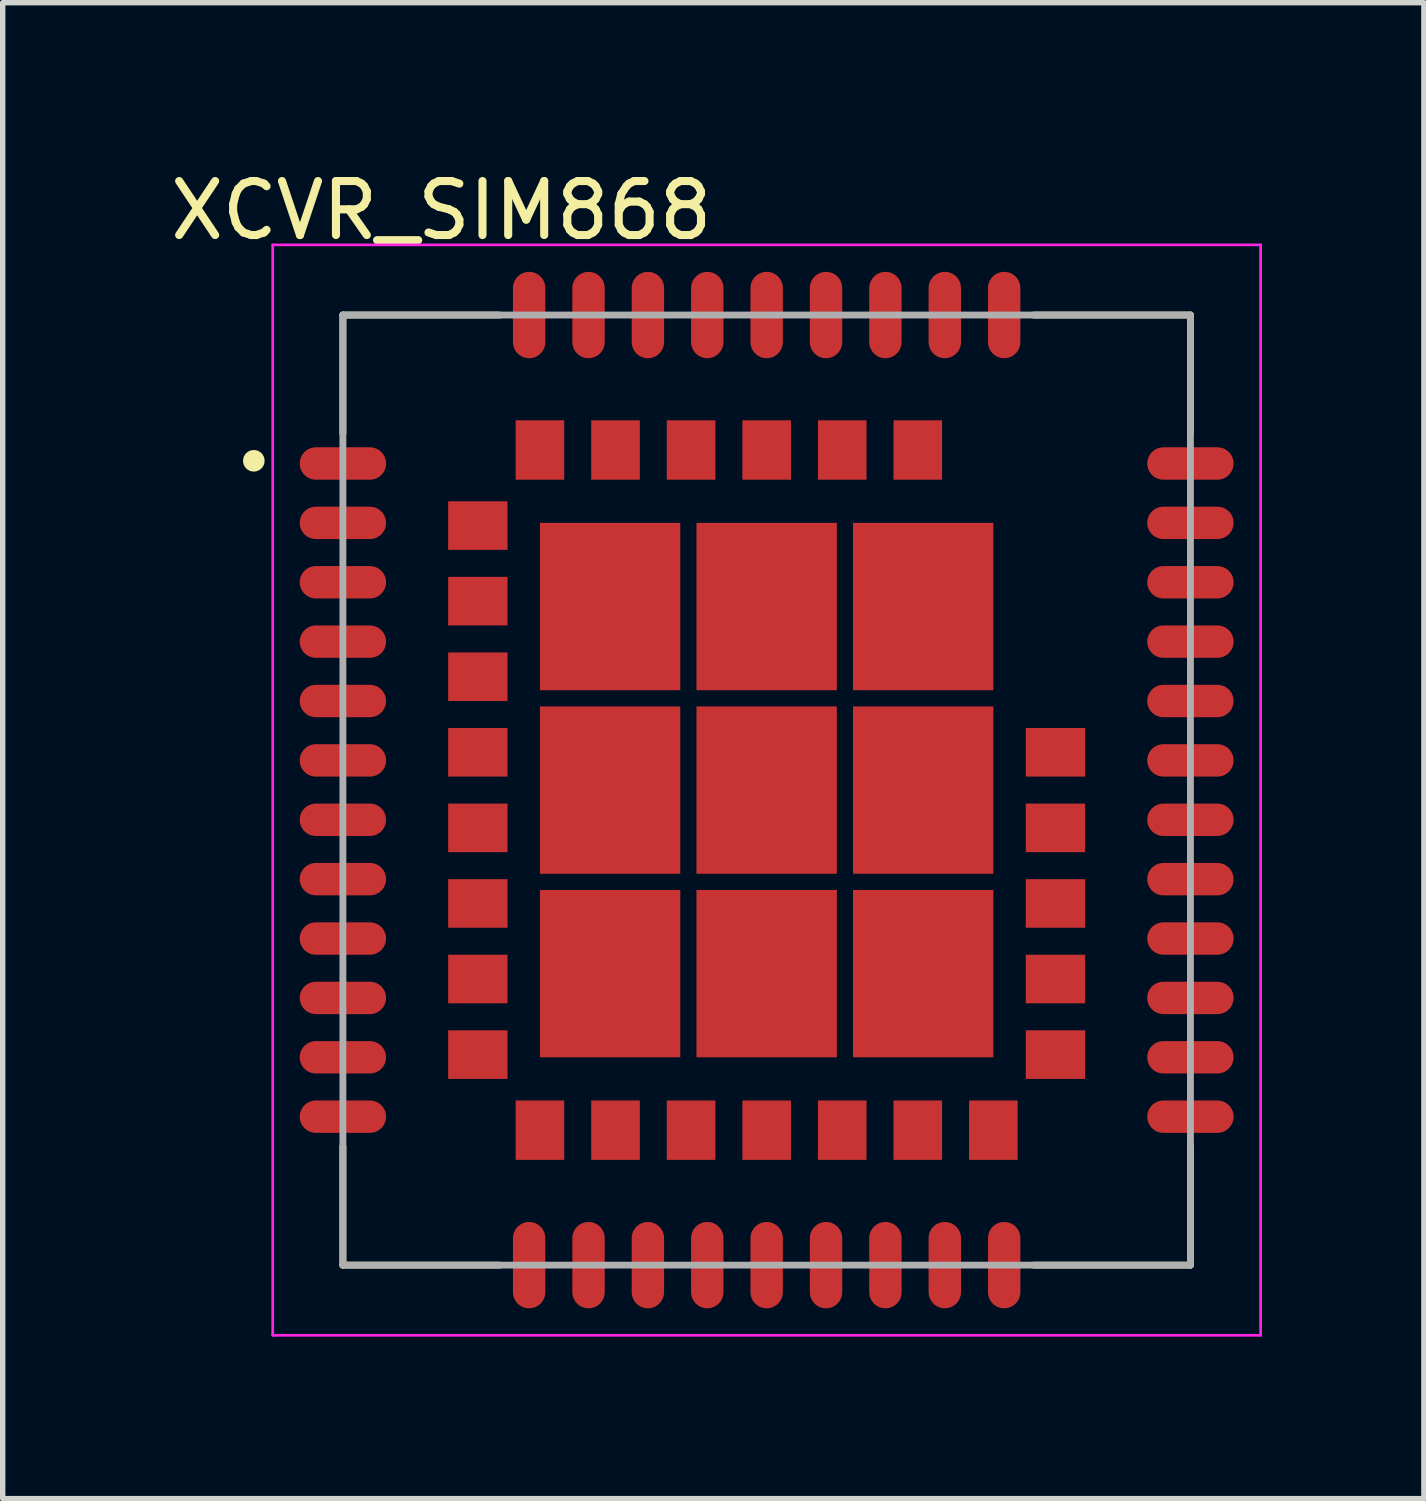
<source format=kicad_pcb>
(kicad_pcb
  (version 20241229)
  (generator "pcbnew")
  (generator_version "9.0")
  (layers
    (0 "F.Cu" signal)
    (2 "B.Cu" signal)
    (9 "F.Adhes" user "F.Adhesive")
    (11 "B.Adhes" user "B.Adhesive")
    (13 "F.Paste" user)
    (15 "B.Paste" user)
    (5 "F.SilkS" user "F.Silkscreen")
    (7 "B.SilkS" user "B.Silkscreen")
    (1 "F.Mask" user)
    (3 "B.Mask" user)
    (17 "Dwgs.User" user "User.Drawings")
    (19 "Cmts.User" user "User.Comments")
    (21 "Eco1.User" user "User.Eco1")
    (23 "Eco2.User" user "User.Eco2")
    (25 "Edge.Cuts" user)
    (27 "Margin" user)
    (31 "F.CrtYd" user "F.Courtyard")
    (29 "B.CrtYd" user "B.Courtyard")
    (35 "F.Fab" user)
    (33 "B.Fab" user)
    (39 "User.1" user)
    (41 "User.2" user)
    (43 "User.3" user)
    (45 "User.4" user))
  (footprint "XCVR_SIM868"
    (layer "F.Cu")
    (at 11.152 11.586)
    (property "Reference" "XCVR_SIM868" (at -6.026 -10.737 0) (layer "F.SilkS") (effects (font (size 1 1) (thickness 0.15))))
    (attr through_hole)
    (fp_line (start -7.85 -8.8) (end -4.95 -8.8) (stroke (width 0.127) (type solid)) (layer "F.SilkS"))
    (fp_line (start -7.85 -6.6) (end -7.85 -8.8) (stroke (width 0.127) (type solid)) (layer "F.SilkS"))
    (fp_line (start -7.85 6.6) (end -7.85 8.8) (stroke (width 0.127) (type solid)) (layer "F.SilkS"))
    (fp_line (start -7.85 8.8) (end -4.95 8.8) (stroke (width 0.127) (type solid)) (layer "F.SilkS"))
    (fp_line (start 4.95 -8.8) (end 7.85 -8.8) (stroke (width 0.127) (type solid)) (layer "F.SilkS"))
    (fp_line (start 4.95 8.8) (end 7.85 8.8) (stroke (width 0.127) (type solid)) (layer "F.SilkS"))
    (fp_line (start 7.85 -8.8) (end 7.85 -6.6) (stroke (width 0.127) (type solid)) (layer "F.SilkS"))
    (fp_line (start 7.85 8.8) (end 7.85 6.6) (stroke (width 0.127) (type solid)) (layer "F.SilkS"))
    (fp_circle (center -9.5 -6.1) (end -9.4 -6.1) (stroke (width 0.2) (type solid)) (fill no) (layer "F.SilkS"))
    (fp_poly (pts (xy -5.776 -3.515) (xy -5.465 -3.515) (xy -5.465 -3.091) (xy -5.776 -3.091)) (stroke (width 0.01) (type solid)) (fill yes) (layer "F.Paste"))
    (fp_poly (pts (xy -5.775 -2.515) (xy -5.465 -2.515) (xy -5.465 -2.089) (xy -5.775 -2.089)) (stroke (width 0.01) (type solid)) (fill yes) (layer "F.Paste"))
    (fp_poly (pts (xy -5.775 -5.315) (xy -5.465 -5.315) (xy -5.465 -4.894) (xy -5.775 -4.894)) (stroke (width 0.01) (type solid)) (fill yes) (layer "F.Paste"))
    (fp_poly (pts (xy -5.775 -3.915) (xy -5.465 -3.915) (xy -5.465 -3.491) (xy -5.775 -3.491)) (stroke (width 0.01) (type solid)) (fill yes) (layer "F.Paste"))
    (fp_poly (pts (xy -5.774 -4.915) (xy -5.465 -4.915) (xy -5.465 -4.492) (xy -5.774 -4.492)) (stroke (width 0.01) (type solid)) (fill yes) (layer "F.Paste"))
    (fp_poly (pts (xy -5.774 -0.715) (xy -5.465 -0.715) (xy -5.465 -0.285) (xy -5.774 -0.285)) (stroke (width 0.01) (type solid)) (fill yes) (layer "F.Paste"))
    (fp_poly (pts (xy -5.773 4.885) (xy -5.465 4.885) (xy -5.465 5.322) (xy -5.773 5.322)) (stroke (width 0.01) (type solid)) (fill yes) (layer "F.Paste"))
    (fp_poly (pts (xy -5.77 4.485) (xy -5.465 4.485) (xy -5.465 4.919) (xy -5.77 4.919)) (stroke (width 0.01) (type solid)) (fill yes) (layer "F.Paste"))
    (fp_poly (pts (xy -5.769 3.085) (xy -5.465 3.085) (xy -5.465 3.517) (xy -5.769 3.517)) (stroke (width 0.01) (type solid)) (fill yes) (layer "F.Paste"))
    (fp_poly (pts (xy -5.768 2.085) (xy -5.465 2.085) (xy -5.465 2.516) (xy -5.768 2.516)) (stroke (width 0.01) (type solid)) (fill yes) (layer "F.Paste"))
    (fp_poly (pts (xy -5.768 0.685) (xy -5.465 0.685) (xy -5.465 1.116) (xy -5.768 1.116)) (stroke (width 0.01) (type solid)) (fill yes) (layer "F.Paste"))
    (fp_poly (pts (xy -5.768 3.485) (xy -5.465 3.485) (xy -5.465 3.917) (xy -5.768 3.917)) (stroke (width 0.01) (type solid)) (fill yes) (layer "F.Paste"))
    (fp_poly (pts (xy -5.767 -2.115) (xy -5.465 -2.115) (xy -5.465 -1.686) (xy -5.767 -1.686)) (stroke (width 0.01) (type solid)) (fill yes) (layer "F.Paste"))
    (fp_poly (pts (xy -5.766 1.685) (xy -5.465 1.685) (xy -5.465 2.115) (xy -5.766 2.115)) (stroke (width 0.01) (type solid)) (fill yes) (layer "F.Paste"))
    (fp_poly (pts (xy -5.766 0.285) (xy -5.465 0.285) (xy -5.465 0.715) (xy -5.766 0.715)) (stroke (width 0.01) (type solid)) (fill yes) (layer "F.Paste"))
    (fp_poly (pts (xy -5.766 -1.115) (xy -5.465 -1.115) (xy -5.465 -0.685) (xy -5.766 -0.685)) (stroke (width 0.01) (type solid)) (fill yes) (layer "F.Paste"))
    (fp_poly (pts (xy -5.244 -4.915) (xy -4.935 -4.915) (xy -4.935 -4.493) (xy -5.244 -4.493)) (stroke (width 0.01) (type solid)) (fill yes) (layer "F.Paste"))
    (fp_poly (pts (xy -5.244 0.285) (xy -4.935 0.285) (xy -4.935 0.716) (xy -5.244 0.716)) (stroke (width 0.01) (type solid)) (fill yes) (layer "F.Paste"))
    (fp_poly (pts (xy -5.244 4.885) (xy -4.935 4.885) (xy -4.935 5.324) (xy -5.244 5.324)) (stroke (width 0.01) (type solid)) (fill yes) (layer "F.Paste"))
    (fp_poly (pts (xy -5.244 -3.915) (xy -4.935 -3.915) (xy -4.935 -3.491) (xy -5.244 -3.491)) (stroke (width 0.01) (type solid)) (fill yes) (layer "F.Paste"))
    (fp_poly (pts (xy -5.244 1.685) (xy -4.935 1.685) (xy -4.935 2.119) (xy -5.244 2.119)) (stroke (width 0.01) (type solid)) (fill yes) (layer "F.Paste"))
    (fp_poly (pts (xy -5.243 0.685) (xy -4.935 0.685) (xy -4.935 1.117) (xy -5.243 1.117)) (stroke (width 0.01) (type solid)) (fill yes) (layer "F.Paste"))
    (fp_poly (pts (xy -5.241 -3.515) (xy -4.935 -3.515) (xy -4.935 -3.089) (xy -5.241 -3.089)) (stroke (width 0.01) (type solid)) (fill yes) (layer "F.Paste"))
    (fp_poly (pts (xy -5.241 2.085) (xy -4.935 2.085) (xy -4.935 2.518) (xy -5.241 2.518)) (stroke (width 0.01) (type solid)) (fill yes) (layer "F.Paste"))
    (fp_poly (pts (xy -5.241 4.485) (xy -4.935 4.485) (xy -4.935 4.92) (xy -5.241 4.92)) (stroke (width 0.01) (type solid)) (fill yes) (layer "F.Paste"))
    (fp_poly (pts (xy -5.241 -1.115) (xy -4.935 -1.115) (xy -4.935 -0.686) (xy -5.241 -0.686)) (stroke (width 0.01) (type solid)) (fill yes) (layer "F.Paste"))
    (fp_poly (pts (xy -5.24 3.085) (xy -4.935 3.085) (xy -4.935 3.519) (xy -5.24 3.519)) (stroke (width 0.01) (type solid)) (fill yes) (layer "F.Paste"))
    (fp_poly (pts (xy -5.239 -5.315) (xy -4.935 -5.315) (xy -4.935 -4.889) (xy -5.239 -4.889)) (stroke (width 0.01) (type solid)) (fill yes) (layer "F.Paste"))
    (fp_poly (pts (xy -5.239 -2.115) (xy -4.935 -2.115) (xy -4.935 -1.686) (xy -5.239 -1.686)) (stroke (width 0.01) (type solid)) (fill yes) (layer "F.Paste"))
    (fp_poly (pts (xy -5.238 -2.515) (xy -4.935 -2.515) (xy -4.935 -2.086) (xy -5.238 -2.086)) (stroke (width 0.01) (type solid)) (fill yes) (layer "F.Paste"))
    (fp_poly (pts (xy -5.237 -0.715) (xy -4.935 -0.715) (xy -4.935 -0.285) (xy -5.237 -0.285)) (stroke (width 0.01) (type solid)) (fill yes) (layer "F.Paste"))
    (fp_poly (pts (xy -5.237 3.485) (xy -4.935 3.485) (xy -4.935 3.917) (xy -5.237 3.917)) (stroke (width 0.01) (type solid)) (fill yes) (layer "F.Paste"))
    (fp_poly (pts (xy -4.555 -6.25) (xy -4.25 -6.25) (xy -4.25 -5.827) (xy -4.555 -5.827)) (stroke (width 0.01) (type solid)) (fill yes) (layer "F.Paste"))
    (fp_poly (pts (xy -4.554 5.82) (xy -4.25 5.82) (xy -4.25 6.256) (xy -4.554 6.256)) (stroke (width 0.01) (type solid)) (fill yes) (layer "F.Paste"))
    (fp_poly (pts (xy -4.554 6.35) (xy -4.25 6.35) (xy -4.25 6.786) (xy -4.554 6.786)) (stroke (width 0.01) (type solid)) (fill yes) (layer "F.Paste"))
    (fp_poly (pts (xy -4.554 -6.78) (xy -4.25 -6.78) (xy -4.25 -6.356) (xy -4.554 -6.356)) (stroke (width 0.01) (type solid)) (fill yes) (layer "F.Paste"))
    (fp_poly (pts (xy -4.156 5.82) (xy -3.85 5.82) (xy -3.85 6.26) (xy -4.156 6.26)) (stroke (width 0.01) (type solid)) (fill yes) (layer "F.Paste"))
    (fp_poly (pts (xy -4.155 -6.25) (xy -3.85 -6.25) (xy -3.85 -5.827) (xy -4.155 -5.827)) (stroke (width 0.01) (type solid)) (fill yes) (layer "F.Paste"))
    (fp_poly (pts (xy -4.153 -6.78) (xy -3.85 -6.78) (xy -3.85 -6.355) (xy -4.153 -6.355)) (stroke (width 0.01) (type solid)) (fill yes) (layer "F.Paste"))
    (fp_poly (pts (xy -4.151 6.35) (xy -3.85 6.35) (xy -3.85 6.782) (xy -4.151 6.782)) (stroke (width 0.01) (type solid)) (fill yes) (layer "F.Paste"))
    (fp_poly (pts (xy -3.907 -1.25) (xy -3.2 -1.25) (xy -3.2 -0.301) (xy -3.907 -0.301)) (stroke (width 0.01) (type solid)) (fill yes) (layer "F.Paste"))
    (fp_poly (pts (xy -3.905 3.7) (xy -3.2 3.7) (xy -3.2 4.656) (xy -3.905 4.656)) (stroke (width 0.01) (type solid)) (fill yes) (layer "F.Paste"))
    (fp_poly (pts (xy -3.905 2.15) (xy -3.2 2.15) (xy -3.2 3.104) (xy -3.905 3.104)) (stroke (width 0.01) (type solid)) (fill yes) (layer "F.Paste"))
    (fp_poly (pts (xy -3.905 -3.1) (xy -3.2 -3.1) (xy -3.2 -2.153) (xy -3.905 -2.153)) (stroke (width 0.01) (type solid)) (fill yes) (layer "F.Paste"))
    (fp_poly (pts (xy -3.904 -4.65) (xy -3.2 -4.65) (xy -3.2 -3.704) (xy -3.904 -3.704)) (stroke (width 0.01) (type solid)) (fill yes) (layer "F.Paste"))
    (fp_poly (pts (xy -3.903 0.3) (xy -3.2 0.3) (xy -3.2 1.251) (xy -3.903 1.251)) (stroke (width 0.01) (type solid)) (fill yes) (layer "F.Paste"))
    (fp_poly (pts (xy -3.155 -6.25) (xy -2.85 -6.25) (xy -2.85 -5.83) (xy -3.155 -5.83)) (stroke (width 0.01) (type solid)) (fill yes) (layer "F.Paste"))
    (fp_poly (pts (xy -3.154 6.35) (xy -2.85 6.35) (xy -2.85 6.788) (xy -3.154 6.788)) (stroke (width 0.01) (type solid)) (fill yes) (layer "F.Paste"))
    (fp_poly (pts (xy -3.153 -6.78) (xy -2.85 -6.78) (xy -2.85 -6.356) (xy -3.153 -6.356)) (stroke (width 0.01) (type solid)) (fill yes) (layer "F.Paste"))
    (fp_poly (pts (xy -3.151 5.82) (xy -2.85 5.82) (xy -2.85 6.252) (xy -3.151 6.252)) (stroke (width 0.01) (type solid)) (fill yes) (layer "F.Paste"))
    (fp_poly (pts (xy -2.754 5.82) (xy -2.45 5.82) (xy -2.45 6.26) (xy -2.754 6.26)) (stroke (width 0.01) (type solid)) (fill yes) (layer "F.Paste"))
    (fp_poly (pts (xy -2.754 6.35) (xy -2.45 6.35) (xy -2.45 6.789) (xy -2.754 6.789)) (stroke (width 0.01) (type solid)) (fill yes) (layer "F.Paste"))
    (fp_poly (pts (xy -2.752 -6.78) (xy -2.45 -6.78) (xy -2.45 -6.355) (xy -2.752 -6.355)) (stroke (width 0.01) (type solid)) (fill yes) (layer "F.Paste"))
    (fp_poly (pts (xy -2.752 -6.25) (xy -2.45 -6.25) (xy -2.45 -5.823) (xy -2.752 -5.823)) (stroke (width 0.01) (type solid)) (fill yes) (layer "F.Paste"))
    (fp_poly (pts (xy -2.604 3.7) (xy -1.9 3.7) (xy -1.9 4.658) (xy -2.604 4.658)) (stroke (width 0.01) (type solid)) (fill yes) (layer "F.Paste"))
    (fp_poly (pts (xy -2.603 -3.1) (xy -1.9 -3.1) (xy -1.9 -2.153) (xy -2.603 -2.153)) (stroke (width 0.01) (type solid)) (fill yes) (layer "F.Paste"))
    (fp_poly (pts (xy -2.602 0.3) (xy -1.9 0.3) (xy -1.9 1.251) (xy -2.602 1.251)) (stroke (width 0.01) (type solid)) (fill yes) (layer "F.Paste"))
    (fp_poly (pts (xy -2.602 -4.65) (xy -1.9 -4.65) (xy -1.9 -3.703) (xy -2.602 -3.703)) (stroke (width 0.01) (type solid)) (fill yes) (layer "F.Paste"))
    (fp_poly (pts (xy -2.6 -1.25) (xy -1.9 -1.25) (xy -1.9 -0.3) (xy -2.6 -0.3)) (stroke (width 0.01) (type solid)) (fill yes) (layer "F.Paste"))
    (fp_poly (pts (xy -2.6 2.15) (xy -1.9 2.15) (xy -1.9 3.1) (xy -2.6 3.1)) (stroke (width 0.01) (type solid)) (fill yes) (layer "F.Paste"))
    (fp_poly (pts (xy -1.753 5.82) (xy -1.45 5.82) (xy -1.45 6.26) (xy -1.753 6.26)) (stroke (width 0.01) (type solid)) (fill yes) (layer "F.Paste"))
    (fp_poly (pts (xy -1.751 -6.25) (xy -1.45 -6.25) (xy -1.45 -5.823) (xy -1.751 -5.823)) (stroke (width 0.01) (type solid)) (fill yes) (layer "F.Paste"))
    (fp_poly (pts (xy -1.751 -6.78) (xy -1.45 -6.78) (xy -1.45 -6.352) (xy -1.751 -6.352)) (stroke (width 0.01) (type solid)) (fill yes) (layer "F.Paste"))
    (fp_poly (pts (xy -1.75 6.35) (xy -1.45 6.35) (xy -1.45 6.782) (xy -1.75 6.782)) (stroke (width 0.01) (type solid)) (fill yes) (layer "F.Paste"))
    (fp_poly (pts (xy -1.353 -6.78) (xy -1.05 -6.78) (xy -1.05 -6.363) (xy -1.353 -6.363)) (stroke (width 0.01) (type solid)) (fill yes) (layer "F.Paste"))
    (fp_poly (pts (xy -1.352 5.82) (xy -1.05 5.82) (xy -1.05 6.259) (xy -1.352 6.259)) (stroke (width 0.01) (type solid)) (fill yes) (layer "F.Paste"))
    (fp_poly (pts (xy -1.351 6.35) (xy -1.05 6.35) (xy -1.05 6.788) (xy -1.351 6.788)) (stroke (width 0.01) (type solid)) (fill yes) (layer "F.Paste"))
    (fp_poly (pts (xy -1.351 -6.25) (xy -1.05 -6.25) (xy -1.05 -5.824) (xy -1.351 -5.824)) (stroke (width 0.01) (type solid)) (fill yes) (layer "F.Paste"))
    (fp_poly (pts (xy -1.002 -1.25) (xy -0.3 -1.25) (xy -0.3 -0.301) (xy -1.002 -0.301)) (stroke (width 0.01) (type solid)) (fill yes) (layer "F.Paste"))
    (fp_poly (pts (xy -1.002 2.15) (xy -0.3 2.15) (xy -0.3 3.105) (xy -1.002 3.105)) (stroke (width 0.01) (type solid)) (fill yes) (layer "F.Paste"))
    (fp_poly (pts (xy -1.001 3.7) (xy -0.3 3.7) (xy -0.3 4.655) (xy -1.001 4.655)) (stroke (width 0.01) (type solid)) (fill yes) (layer "F.Paste"))
    (fp_poly (pts (xy -1.001 -4.65) (xy -0.3 -4.65) (xy -0.3 -3.704) (xy -1.001 -3.704)) (stroke (width 0.01) (type solid)) (fill yes) (layer "F.Paste"))
    (fp_poly (pts (xy -1.001 0.3) (xy -0.3 0.3) (xy -0.3 1.251) (xy -1.001 1.251)) (stroke (width 0.01) (type solid)) (fill yes) (layer "F.Paste"))
    (fp_poly (pts (xy -1.001 -3.1) (xy -0.3 -3.1) (xy -0.3 -2.151) (xy -1.001 -2.151)) (stroke (width 0.01) (type solid)) (fill yes) (layer "F.Paste"))
    (fp_poly (pts (xy -0.351 -6.25) (xy -0.05 -6.25) (xy -0.05 -5.83) (xy -0.351 -5.83)) (stroke (width 0.01) (type solid)) (fill yes) (layer "F.Paste"))
    (fp_poly (pts (xy -0.35 -6.78) (xy -0.05 -6.78) (xy -0.05 -6.351) (xy -0.35 -6.351)) (stroke (width 0.01) (type solid)) (fill yes) (layer "F.Paste"))
    (fp_poly (pts (xy -0.35 5.82) (xy -0.05 5.82) (xy -0.05 6.251) (xy -0.35 6.251)) (stroke (width 0.01) (type solid)) (fill yes) (layer "F.Paste"))
    (fp_poly (pts (xy -0.35 6.35) (xy -0.05 6.35) (xy -0.05 6.781) (xy -0.35 6.781)) (stroke (width 0.01) (type solid)) (fill yes) (layer "F.Paste"))
    (fp_poly (pts (xy 0.05 -6.78) (xy 0.35 -6.78) (xy 0.35 -6.353) (xy 0.05 -6.353)) (stroke (width 0.01) (type solid)) (fill yes) (layer "F.Paste"))
    (fp_poly (pts (xy 0.05 5.82) (xy 0.35 5.82) (xy 0.35 6.254) (xy 0.05 6.254)) (stroke (width 0.01) (type solid)) (fill yes) (layer "F.Paste"))
    (fp_poly (pts (xy 0.05 -6.25) (xy 0.35 -6.25) (xy 0.35 -5.829) (xy 0.05 -5.829)) (stroke (width 0.01) (type solid)) (fill yes) (layer "F.Paste"))
    (fp_poly (pts (xy 0.05 6.35) (xy 0.35 6.35) (xy 0.35 6.791) (xy 0.05 6.791)) (stroke (width 0.01) (type solid)) (fill yes) (layer "F.Paste"))
    (fp_poly (pts (xy 0.3 0.3) (xy 1 0.3) (xy 1 1.25) (xy 0.3 1.25)) (stroke (width 0.01) (type solid)) (fill yes) (layer "F.Paste"))
    (fp_poly (pts (xy 0.3 3.7) (xy 1 3.7) (xy 1 4.651) (xy 0.3 4.651)) (stroke (width 0.01) (type solid)) (fill yes) (layer "F.Paste"))
    (fp_poly (pts (xy 0.3 -4.65) (xy 1 -4.65) (xy 1 -3.704) (xy 0.3 -3.704)) (stroke (width 0.01) (type solid)) (fill yes) (layer "F.Paste"))
    (fp_poly (pts (xy 0.3 -1.25) (xy 1 -1.25) (xy 1 -0.3) (xy 0.3 -0.3)) (stroke (width 0.01) (type solid)) (fill yes) (layer "F.Paste"))
    (fp_poly (pts (xy 0.3 2.15) (xy 1 2.15) (xy 1 3.105) (xy 0.3 3.105)) (stroke (width 0.01) (type solid)) (fill yes) (layer "F.Paste"))
    (fp_poly (pts (xy 0.301 -3.1) (xy 1 -3.1) (xy 1 -2.154) (xy 0.301 -2.154)) (stroke (width 0.01) (type solid)) (fill yes) (layer "F.Paste"))
    (fp_poly (pts (xy 1.05 -6.25) (xy 1.35 -6.25) (xy 1.35 -5.821) (xy 1.05 -5.821)) (stroke (width 0.01) (type solid)) (fill yes) (layer "F.Paste"))
    (fp_poly (pts (xy 1.05 5.82) (xy 1.35 5.82) (xy 1.35 6.252) (xy 1.05 6.252)) (stroke (width 0.01) (type solid)) (fill yes) (layer "F.Paste"))
    (fp_poly (pts (xy 1.051 -6.78) (xy 1.35 -6.78) (xy 1.35 -6.356) (xy 1.051 -6.356)) (stroke (width 0.01) (type solid)) (fill yes) (layer "F.Paste"))
    (fp_poly (pts (xy 1.051 6.35) (xy 1.35 6.35) (xy 1.35 6.787) (xy 1.051 6.787)) (stroke (width 0.01) (type solid)) (fill yes) (layer "F.Paste"))
    (fp_poly (pts (xy 1.451 6.35) (xy 1.75 6.35) (xy 1.75 6.785) (xy 1.451 6.785)) (stroke (width 0.01) (type solid)) (fill yes) (layer "F.Paste"))
    (fp_poly (pts (xy 1.451 -6.78) (xy 1.75 -6.78) (xy 1.75 -6.355) (xy 1.451 -6.355)) (stroke (width 0.01) (type solid)) (fill yes) (layer "F.Paste"))
    (fp_poly (pts (xy 1.452 5.82) (xy 1.75 5.82) (xy 1.75 6.257) (xy 1.452 6.257)) (stroke (width 0.01) (type solid)) (fill yes) (layer "F.Paste"))
    (fp_poly (pts (xy 1.452 -6.25) (xy 1.75 -6.25) (xy 1.75 -5.83) (xy 1.452 -5.83)) (stroke (width 0.01) (type solid)) (fill yes) (layer "F.Paste"))
    (fp_poly (pts (xy 1.9 2.15) (xy 2.6 2.15) (xy 2.6 3.1) (xy 1.9 3.1)) (stroke (width 0.01) (type solid)) (fill yes) (layer "F.Paste"))
    (fp_poly (pts (xy 1.902 -4.65) (xy 2.6 -4.65) (xy 2.6 -3.704) (xy 1.902 -3.704)) (stroke (width 0.01) (type solid)) (fill yes) (layer "F.Paste"))
    (fp_poly (pts (xy 1.902 -3.1) (xy 2.6 -3.1) (xy 2.6 -2.153) (xy 1.902 -2.153)) (stroke (width 0.01) (type solid)) (fill yes) (layer "F.Paste"))
    (fp_poly (pts (xy 1.903 0.3) (xy 2.6 0.3) (xy 2.6 1.252) (xy 1.903 1.252)) (stroke (width 0.01) (type solid)) (fill yes) (layer "F.Paste"))
    (fp_poly (pts (xy 1.903 3.7) (xy 2.6 3.7) (xy 2.6 4.657) (xy 1.903 4.657)) (stroke (width 0.01) (type solid)) (fill yes) (layer "F.Paste"))
    (fp_poly (pts (xy 1.903 -1.25) (xy 2.6 -1.25) (xy 2.6 -0.3) (xy 1.903 -0.3)) (stroke (width 0.01) (type solid)) (fill yes) (layer "F.Paste"))
    (fp_poly (pts (xy 2.452 5.82) (xy 2.75 5.82) (xy 2.75 6.254) (xy 2.452 6.254)) (stroke (width 0.01) (type solid)) (fill yes) (layer "F.Paste"))
    (fp_poly (pts (xy 2.453 -6.78) (xy 2.75 -6.78) (xy 2.75 -6.358) (xy 2.453 -6.358)) (stroke (width 0.01) (type solid)) (fill yes) (layer "F.Paste"))
    (fp_poly (pts (xy 2.453 -6.25) (xy 2.75 -6.25) (xy 2.75 -5.828) (xy 2.453 -5.828)) (stroke (width 0.01) (type solid)) (fill yes) (layer "F.Paste"))
    (fp_poly (pts (xy 2.454 6.35) (xy 2.75 6.35) (xy 2.75 6.792) (xy 2.454 6.792)) (stroke (width 0.01) (type solid)) (fill yes) (layer "F.Paste"))
    (fp_poly (pts (xy 2.85 5.82) (xy 3.15 5.82) (xy 3.15 6.251) (xy 2.85 6.251)) (stroke (width 0.01) (type solid)) (fill yes) (layer "F.Paste"))
    (fp_poly (pts (xy 2.85 6.35) (xy 3.15 6.35) (xy 3.15 6.781) (xy 2.85 6.781)) (stroke (width 0.01) (type solid)) (fill yes) (layer "F.Paste"))
    (fp_poly (pts (xy 2.853 -6.78) (xy 3.15 -6.78) (xy 3.15 -6.356) (xy 2.853 -6.356)) (stroke (width 0.01) (type solid)) (fill yes) (layer "F.Paste"))
    (fp_poly (pts (xy 2.854 -6.25) (xy 3.15 -6.25) (xy 3.15 -5.829) (xy 2.854 -5.829)) (stroke (width 0.01) (type solid)) (fill yes) (layer "F.Paste"))
    (fp_poly (pts (xy 3.202 3.7) (xy 3.9 3.7) (xy 3.9 4.653) (xy 3.202 4.653)) (stroke (width 0.01) (type solid)) (fill yes) (layer "F.Paste"))
    (fp_poly (pts (xy 3.202 -3.1) (xy 3.9 -3.1) (xy 3.9 -2.151) (xy 3.202 -2.151)) (stroke (width 0.01) (type solid)) (fill yes) (layer "F.Paste"))
    (fp_poly (pts (xy 3.203 2.15) (xy 3.9 2.15) (xy 3.9 3.103) (xy 3.203 3.103)) (stroke (width 0.01) (type solid)) (fill yes) (layer "F.Paste"))
    (fp_poly (pts (xy 3.204 -1.25) (xy 3.9 -1.25) (xy 3.9 -0.3) (xy 3.204 -0.3)) (stroke (width 0.01) (type solid)) (fill yes) (layer "F.Paste"))
    (fp_poly (pts (xy 3.205 -4.65) (xy 3.9 -4.65) (xy 3.9 -3.705) (xy 3.205 -3.705)) (stroke (width 0.01) (type solid)) (fill yes) (layer "F.Paste"))
    (fp_poly (pts (xy 3.206 0.3) (xy 3.9 0.3) (xy 3.9 1.252) (xy 3.206 1.252)) (stroke (width 0.01) (type solid)) (fill yes) (layer "F.Paste"))
    (fp_poly (pts (xy 3.851 6.35) (xy 4.15 6.35) (xy 4.15 6.781) (xy 3.851 6.781)) (stroke (width 0.01) (type solid)) (fill yes) (layer "F.Paste"))
    (fp_poly (pts (xy 3.851 5.82) (xy 4.15 5.82) (xy 4.15 6.252) (xy 3.851 6.252)) (stroke (width 0.01) (type solid)) (fill yes) (layer "F.Paste"))
    (fp_poly (pts (xy 4.251 6.35) (xy 4.55 6.35) (xy 4.55 6.782) (xy 4.251 6.782)) (stroke (width 0.01) (type solid)) (fill yes) (layer "F.Paste"))
    (fp_poly (pts (xy 4.258 5.82) (xy 4.55 5.82) (xy 4.55 6.261) (xy 4.258 6.261)) (stroke (width 0.01) (type solid)) (fill yes) (layer "F.Paste"))
    (fp_poly (pts (xy 4.936 3.085) (xy 5.235 3.085) (xy 5.235 3.516) (xy 4.936 3.516)) (stroke (width 0.01) (type solid)) (fill yes) (layer "F.Paste"))
    (fp_poly (pts (xy 4.937 1.685) (xy 5.235 1.685) (xy 5.235 2.116) (xy 4.937 2.116)) (stroke (width 0.01) (type solid)) (fill yes) (layer "F.Paste"))
    (fp_poly (pts (xy 4.937 -0.715) (xy 5.235 -0.715) (xy 5.235 -0.285) (xy 4.937 -0.285)) (stroke (width 0.01) (type solid)) (fill yes) (layer "F.Paste"))
    (fp_poly (pts (xy 4.937 -1.115) (xy 5.235 -1.115) (xy 5.235 -0.685) (xy 4.937 -0.685)) (stroke (width 0.01) (type solid)) (fill yes) (layer "F.Paste"))
    (fp_poly (pts (xy 4.94 0.285) (xy 5.235 0.285) (xy 5.235 0.716) (xy 4.94 0.716)) (stroke (width 0.01) (type solid)) (fill yes) (layer "F.Paste"))
    (fp_poly (pts (xy 4.941 4.485) (xy 5.235 4.485) (xy 5.235 4.921) (xy 4.941 4.921)) (stroke (width 0.01) (type solid)) (fill yes) (layer "F.Paste"))
    (fp_poly (pts (xy 4.942 2.085) (xy 5.235 2.085) (xy 5.235 2.519) (xy 4.942 2.519)) (stroke (width 0.01) (type solid)) (fill yes) (layer "F.Paste"))
    (fp_poly (pts (xy 4.943 0.685) (xy 5.235 0.685) (xy 5.235 1.117) (xy 4.943 1.117)) (stroke (width 0.01) (type solid)) (fill yes) (layer "F.Paste"))
    (fp_poly (pts (xy 4.943 3.485) (xy 5.235 3.485) (xy 5.235 3.922) (xy 4.943 3.922)) (stroke (width 0.01) (type solid)) (fill yes) (layer "F.Paste"))
    (fp_poly (pts (xy 4.944 4.885) (xy 5.235 4.885) (xy 5.235 5.325) (xy 4.944 5.325)) (stroke (width 0.01) (type solid)) (fill yes) (layer "F.Paste"))
    (fp_poly (pts (xy 5.467 0.685) (xy 5.765 0.685) (xy 5.765 1.115) (xy 5.467 1.115)) (stroke (width 0.01) (type solid)) (fill yes) (layer "F.Paste"))
    (fp_poly (pts (xy 5.467 -1.115) (xy 5.765 -1.115) (xy 5.765 -0.685) (xy 5.467 -0.685)) (stroke (width 0.01) (type solid)) (fill yes) (layer "F.Paste"))
    (fp_poly (pts (xy 5.468 1.685) (xy 5.765 1.685) (xy 5.765 2.116) (xy 5.468 2.116)) (stroke (width 0.01) (type solid)) (fill yes) (layer "F.Paste"))
    (fp_poly (pts (xy 5.468 0.285) (xy 5.765 0.285) (xy 5.765 0.715) (xy 5.468 0.715)) (stroke (width 0.01) (type solid)) (fill yes) (layer "F.Paste"))
    (fp_poly (pts (xy 5.469 4.885) (xy 5.765 4.885) (xy 5.765 5.319) (xy 5.469 5.319)) (stroke (width 0.01) (type solid)) (fill yes) (layer "F.Paste"))
    (fp_poly (pts (xy 5.47 3.085) (xy 5.765 3.085) (xy 5.765 3.518) (xy 5.47 3.518)) (stroke (width 0.01) (type solid)) (fill yes) (layer "F.Paste"))
    (fp_poly (pts (xy 5.472 2.085) (xy 5.765 2.085) (xy 5.765 2.518) (xy 5.472 2.518)) (stroke (width 0.01) (type solid)) (fill yes) (layer "F.Paste"))
    (fp_poly (pts (xy 5.473 3.485) (xy 5.765 3.485) (xy 5.765 3.921) (xy 5.473 3.921)) (stroke (width 0.01) (type solid)) (fill yes) (layer "F.Paste"))
    (fp_poly (pts (xy 5.475 4.485) (xy 5.765 4.485) (xy 5.765 4.924) (xy 5.475 4.924)) (stroke (width 0.01) (type solid)) (fill yes) (layer "F.Paste"))
    (fp_poly (pts (xy 5.476 -0.715) (xy 5.765 -0.715) (xy 5.765 -0.286) (xy 5.476 -0.286)) (stroke (width 0.01) (type solid)) (fill yes) (layer "F.Paste"))
    (fp_line (start -9.15 -10.1) (end 9.15 -10.1) (stroke (width 0.05) (type solid)) (layer "F.CrtYd"))
    (fp_line (start -9.15 10.1) (end -9.15 -10.1) (stroke (width 0.05) (type solid)) (layer "F.CrtYd"))
    (fp_line (start 9.15 -10.1) (end 9.15 10.1) (stroke (width 0.05) (type solid)) (layer "F.CrtYd"))
    (fp_line (start 9.15 10.1) (end -9.15 10.1) (stroke (width 0.05) (type solid)) (layer "F.CrtYd"))
    (fp_line (start -7.85 -8.8) (end 7.85 -8.8) (stroke (width 0.127) (type solid)) (layer "F.Fab"))
    (fp_line (start -7.85 8.8) (end -7.85 -8.8) (stroke (width 0.127) (type solid)) (layer "F.Fab"))
    (fp_line (start 7.85 -8.8) (end 7.85 8.8) (stroke (width 0.127) (type solid)) (layer "F.Fab"))
    (fp_line (start 7.85 8.8) (end -7.85 8.8) (stroke (width 0.127) (type solid)) (layer "F.Fab"))
    (pad "1" smd oval (at -7.85 -6.05) (size 1.6 0.6) (layers "F.Cu" "F.Mask" "F.Paste"))
    (pad "2" smd oval (at -7.85 -4.95) (size 1.6 0.6) (layers "F.Cu" "F.Mask" "F.Paste"))
    (pad "3" smd oval (at -7.85 -3.85) (size 1.6 0.6) (layers "F.Cu" "F.Mask" "F.Paste"))
    (pad "4" smd oval (at -7.85 -2.75) (size 1.6 0.6) (layers "F.Cu" "F.Mask" "F.Paste"))
    (pad "5" smd oval (at -7.85 -1.65) (size 1.6 0.6) (layers "F.Cu" "F.Mask" "F.Paste"))
    (pad "6" smd oval (at -7.85 -0.55) (size 1.6 0.6) (layers "F.Cu" "F.Mask" "F.Paste"))
    (pad "7" smd oval (at -7.85 0.55) (size 1.6 0.6) (layers "F.Cu" "F.Mask" "F.Paste"))
    (pad "8" smd oval (at -7.85 1.65) (size 1.6 0.6) (layers "F.Cu" "F.Mask" "F.Paste"))
    (pad "9" smd oval (at -7.85 2.75) (size 1.6 0.6) (layers "F.Cu" "F.Mask" "F.Paste"))
    (pad "10" smd oval (at -7.85 3.85) (size 1.6 0.6) (layers "F.Cu" "F.Mask" "F.Paste"))
    (pad "11" smd oval (at -7.85 4.95) (size 1.6 0.6) (layers "F.Cu" "F.Mask" "F.Paste"))
    (pad "12" smd oval (at -7.85 6.05) (size 1.6 0.6) (layers "F.Cu" "F.Mask" "F.Paste"))
    (pad "13" smd oval (at -4.4 8.8 90) (size 1.6 0.6) (layers "F.Cu" "F.Mask" "F.Paste"))
    (pad "14" smd oval (at -3.3 8.8 90) (size 1.6 0.6) (layers "F.Cu" "F.Mask" "F.Paste"))
    (pad "15" smd oval (at -2.2 8.8 90) (size 1.6 0.6) (layers "F.Cu" "F.Mask" "F.Paste"))
    (pad "16" smd oval (at -1.1 8.8 90) (size 1.6 0.6) (layers "F.Cu" "F.Mask" "F.Paste"))
    (pad "17" smd oval (at 0 8.8 90) (size 1.6 0.6) (layers "F.Cu" "F.Mask" "F.Paste"))
    (pad "18" smd oval (at 1.1 8.8 90) (size 1.6 0.6) (layers "F.Cu" "F.Mask" "F.Paste"))
    (pad "19" smd oval (at 2.2 8.8 90) (size 1.6 0.6) (layers "F.Cu" "F.Mask" "F.Paste"))
    (pad "20" smd oval (at 3.3 8.8 90) (size 1.6 0.6) (layers "F.Cu" "F.Mask" "F.Paste"))
    (pad "21" smd oval (at 4.4 8.8 90) (size 1.6 0.6) (layers "F.Cu" "F.Mask" "F.Paste"))
    (pad "22" smd oval (at 7.85 6.05 180) (size 1.6 0.6) (layers "F.Cu" "F.Mask" "F.Paste"))
    (pad "23" smd oval (at 7.85 4.95 180) (size 1.6 0.6) (layers "F.Cu" "F.Mask" "F.Paste"))
    (pad "24" smd oval (at 7.85 3.85 180) (size 1.6 0.6) (layers "F.Cu" "F.Mask" "F.Paste"))
    (pad "25" smd oval (at 7.85 2.75 180) (size 1.6 0.6) (layers "F.Cu" "F.Mask" "F.Paste"))
    (pad "26" smd oval (at 7.85 1.65 180) (size 1.6 0.6) (layers "F.Cu" "F.Mask" "F.Paste"))
    (pad "27" smd oval (at 7.85 0.55 180) (size 1.6 0.6) (layers "F.Cu" "F.Mask" "F.Paste"))
    (pad "28" smd oval (at 7.85 -0.55 180) (size 1.6 0.6) (layers "F.Cu" "F.Mask" "F.Paste"))
    (pad "29" smd oval (at 7.85 -1.65 180) (size 1.6 0.6) (layers "F.Cu" "F.Mask" "F.Paste"))
    (pad "30" smd oval (at 7.85 -2.75 180) (size 1.6 0.6) (layers "F.Cu" "F.Mask" "F.Paste"))
    (pad "31" smd oval (at 7.85 -3.85 180) (size 1.6 0.6) (layers "F.Cu" "F.Mask" "F.Paste"))
    (pad "32" smd oval (at 7.85 -4.95 180) (size 1.6 0.6) (layers "F.Cu" "F.Mask" "F.Paste"))
    (pad "33" smd oval (at 7.85 -6.05 180) (size 1.6 0.6) (layers "F.Cu" "F.Mask" "F.Paste"))
    (pad "34" smd oval (at 4.4 -8.8 270) (size 1.6 0.6) (layers "F.Cu" "F.Mask" "F.Paste"))
    (pad "35" smd oval (at 3.3 -8.8 270) (size 1.6 0.6) (layers "F.Cu" "F.Mask" "F.Paste"))
    (pad "36" smd oval (at 2.2 -8.8 270) (size 1.6 0.6) (layers "F.Cu" "F.Mask" "F.Paste"))
    (pad "37" smd oval (at 1.1 -8.8 270) (size 1.6 0.6) (layers "F.Cu" "F.Mask" "F.Paste"))
    (pad "38" smd oval (at 0 -8.8 270) (size 1.6 0.6) (layers "F.Cu" "F.Mask" "F.Paste"))
    (pad "39" smd oval (at -1.1 -8.8 270) (size 1.6 0.6) (layers "F.Cu" "F.Mask" "F.Paste"))
    (pad "40" smd oval (at -2.2 -8.8 270) (size 1.6 0.6) (layers "F.Cu" "F.Mask" "F.Paste"))
    (pad "41" smd oval (at -3.3 -8.8 270) (size 1.6 0.6) (layers "F.Cu" "F.Mask" "F.Paste"))
    (pad "42" smd oval (at -4.4 -8.8 270) (size 1.6 0.6) (layers "F.Cu" "F.Mask" "F.Paste"))
    (pad "43" smd rect (at -5.35 -4.9) (size 1.1 0.9) (layers "F.Cu" "F.Mask"))
    (pad "44" smd rect (at -5.35 -3.5) (size 1.1 0.9) (layers "F.Cu" "F.Mask"))
    (pad "45" smd rect (at -5.35 -2.1) (size 1.1 0.9) (layers "F.Cu" "F.Mask"))
    (pad "46" smd rect (at -5.35 -0.7) (size 1.1 0.9) (layers "F.Cu" "F.Mask"))
    (pad "47" smd rect (at -5.35 0.7) (size 1.1 0.9) (layers "F.Cu" "F.Mask"))
    (pad "48" smd rect (at -5.35 2.1) (size 1.1 0.9) (layers "F.Cu" "F.Mask"))
    (pad "49" smd rect (at -5.35 3.5) (size 1.1 0.9) (layers "F.Cu" "F.Mask"))
    (pad "50" smd rect (at -5.35 4.9) (size 1.1 0.9) (layers "F.Cu" "F.Mask"))
    (pad "51" smd rect (at -4.2 6.3 90) (size 1.1 0.9) (layers "F.Cu" "F.Mask"))
    (pad "52" smd rect (at -2.8 6.3 90) (size 1.1 0.9) (layers "F.Cu" "F.Mask"))
    (pad "53" smd rect (at -1.4 6.3 90) (size 1.1 0.9) (layers "F.Cu" "F.Mask"))
    (pad "54" smd rect (at 0 6.3 90) (size 1.1 0.9) (layers "F.Cu" "F.Mask"))
    (pad "55" smd rect (at 1.4 6.3 90) (size 1.1 0.9) (layers "F.Cu" "F.Mask"))
    (pad "56" smd rect (at 2.8 6.3 90) (size 1.1 0.9) (layers "F.Cu" "F.Mask"))
    (pad "57" smd rect (at 4.2 6.3 90) (size 1.1 0.9) (layers "F.Cu" "F.Mask"))
    (pad "58" smd rect (at 5.35 4.9 180) (size 1.1 0.9) (layers "F.Cu" "F.Mask"))
    (pad "59" smd rect (at 5.35 3.5 180) (size 1.1 0.9) (layers "F.Cu" "F.Mask"))
    (pad "60" smd rect (at 5.35 2.1 180) (size 1.1 0.9) (layers "F.Cu" "F.Mask"))
    (pad "61" smd rect (at 5.35 0.7 180) (size 1.1 0.9) (layers "F.Cu" "F.Mask"))
    (pad "62" smd rect (at 5.35 -0.7 180) (size 1.1 0.9) (layers "F.Cu" "F.Mask"))
    (pad "63" smd rect (at 2.8 -6.3 270) (size 1.1 0.9) (layers "F.Cu" "F.Mask"))
    (pad "64" smd rect (at 1.4 -6.3 270) (size 1.1 0.9) (layers "F.Cu" "F.Mask"))
    (pad "65" smd rect (at 0 -6.3 270) (size 1.1 0.9) (layers "F.Cu" "F.Mask"))
    (pad "66" smd rect (at -1.4 -6.3 270) (size 1.1 0.9) (layers "F.Cu" "F.Mask"))
    (pad "67" smd rect (at -2.8 -6.3 270) (size 1.1 0.9) (layers "F.Cu" "F.Mask"))
    (pad "68" smd rect (at -4.2 -6.3 270) (size 1.1 0.9) (layers "F.Cu" "F.Mask"))
    (pad "69" smd rect (at -2.9 -3.4) (size 2.6 3.1) (layers "F.Cu" "F.Mask"))
    (pad "70" smd rect (at -2.9 0) (size 2.6 3.1) (layers "F.Cu" "F.Mask"))
    (pad "71" smd rect (at -2.9 3.4) (size 2.6 3.1) (layers "F.Cu" "F.Mask"))
    (pad "72" smd rect (at 0 3.4) (size 2.6 3.1) (layers "F.Cu" "F.Mask"))
    (pad "73" smd rect (at 2.9 3.4) (size 2.6 3.1) (layers "F.Cu" "F.Mask"))
    (pad "74" smd rect (at 2.9 0) (size 2.6 3.1) (layers "F.Cu" "F.Mask"))
    (pad "75" smd rect (at 2.9 -3.4) (size 2.6 3.1) (layers "F.Cu" "F.Mask"))
    (pad "76" smd rect (at 0 -3.4) (size 2.6 3.1) (layers "F.Cu" "F.Mask"))
    (pad "77" smd rect (at 0 0) (size 2.6 3.1) (layers "F.Cu" "F.Mask"))
    (zone (net_name "") (layer "F.Cu") (hatch full 0.508) (connect_pads) (min_thickness 0.01) (filled_areas_thickness no) (keepout (tracks not_allowed) (vias not_allowed) (pads not_allowed) (copperpour not_allowed) (footprints allowed)) (placement (enabled no)) (fill) (polygon (pts (xy 15.654 4.186) (xy 17.802 4.186) (xy 17.802 9.485) (xy 15.654 9.485))))
    (zone (net_name "") (layers "F.Cu" "B.Cu") (hatch full 0.508) (connect_pads) (min_thickness 0.01) (filled_areas_thickness no) (keepout (tracks allowed) (vias not_allowed) (pads allowed) (copperpour allowed) (footprints allowed)) (placement (enabled no)) (fill) (polygon (pts (xy 15.66 4.186) (xy 17.802 4.186) (xy 17.802 9.482) (xy 15.66 9.482))))
    (zone (net_name "") (layer "B.Cu") (hatch full 0.508) (connect_pads) (min_thickness 0.01) (filled_areas_thickness no) (keepout (tracks not_allowed) (vias not_allowed) (pads not_allowed) (copperpour not_allowed) (footprints allowed)) (placement (enabled no)) (fill) (polygon (pts (xy 15.656 4.186) (xy 17.802 4.186) (xy 17.802 9.484) (xy 15.656 9.484)))))
  (gr_rect
    (start -3 -3)
    (end 23.327 24.711)
    (stroke (width 0.1) (type default))
    (fill no)
    (layer "Edge.Cuts")))
</source>
